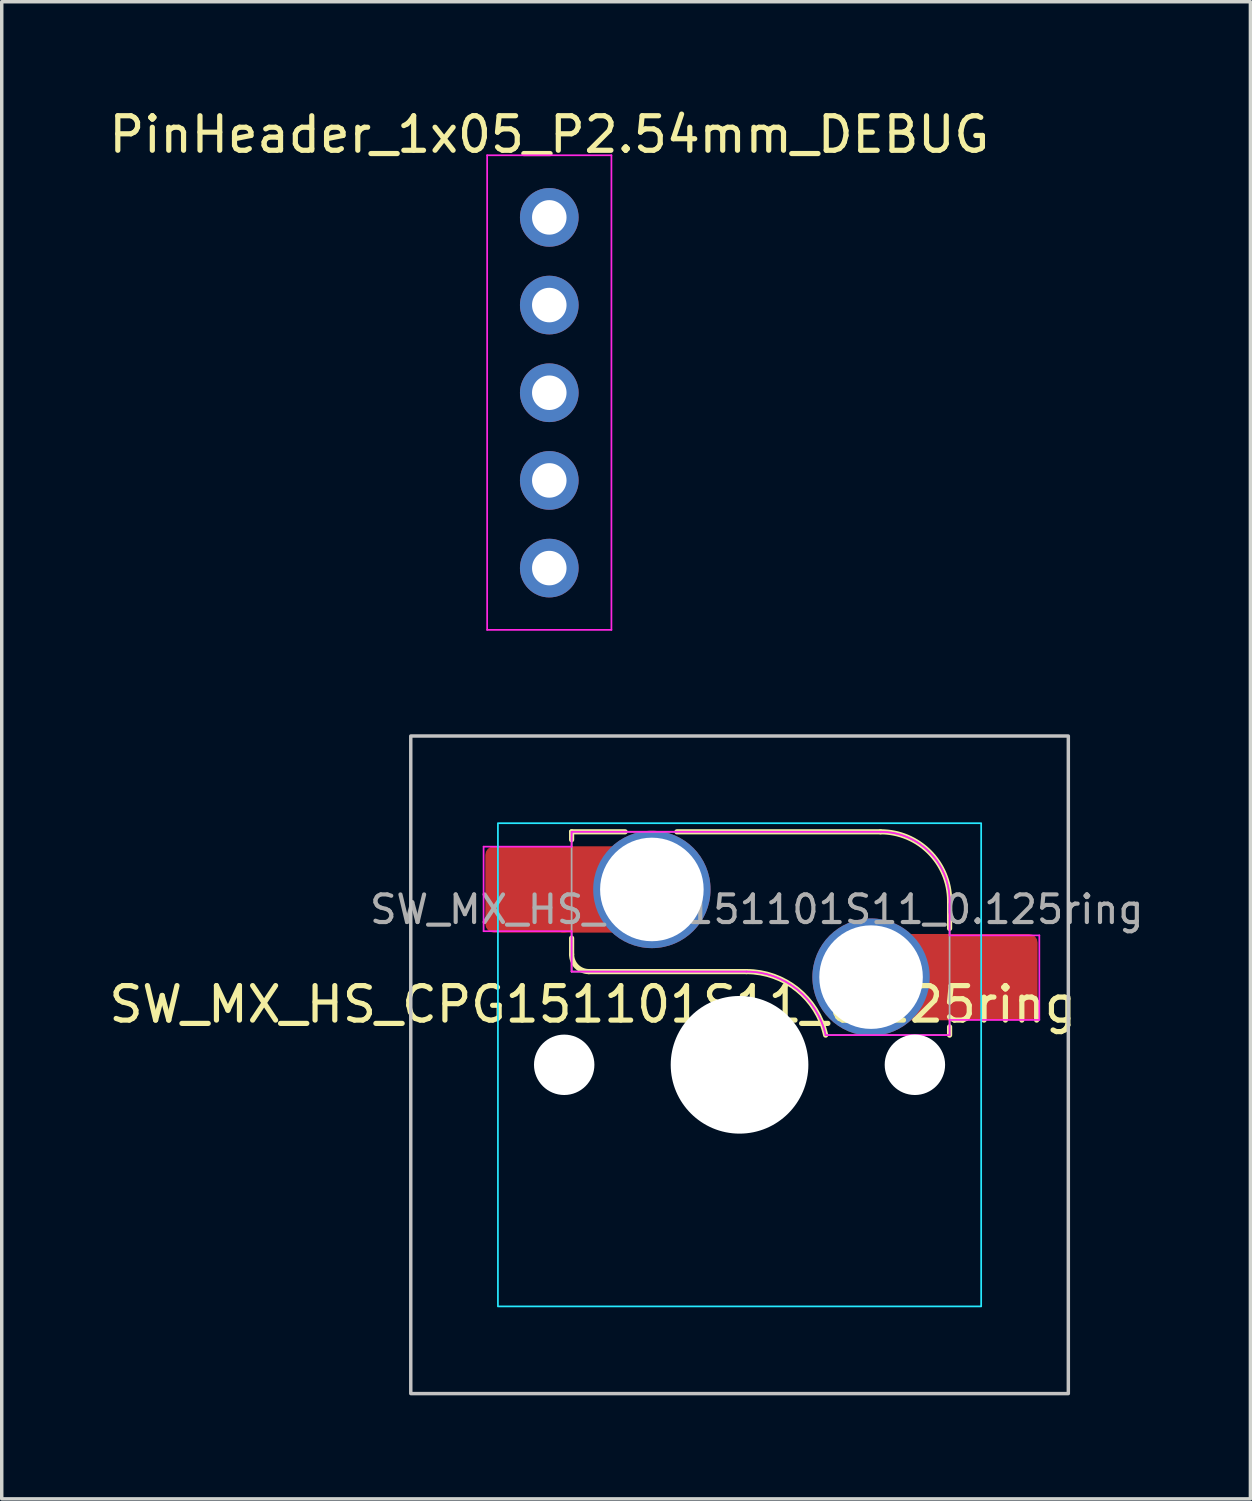
<source format=kicad_pcb>
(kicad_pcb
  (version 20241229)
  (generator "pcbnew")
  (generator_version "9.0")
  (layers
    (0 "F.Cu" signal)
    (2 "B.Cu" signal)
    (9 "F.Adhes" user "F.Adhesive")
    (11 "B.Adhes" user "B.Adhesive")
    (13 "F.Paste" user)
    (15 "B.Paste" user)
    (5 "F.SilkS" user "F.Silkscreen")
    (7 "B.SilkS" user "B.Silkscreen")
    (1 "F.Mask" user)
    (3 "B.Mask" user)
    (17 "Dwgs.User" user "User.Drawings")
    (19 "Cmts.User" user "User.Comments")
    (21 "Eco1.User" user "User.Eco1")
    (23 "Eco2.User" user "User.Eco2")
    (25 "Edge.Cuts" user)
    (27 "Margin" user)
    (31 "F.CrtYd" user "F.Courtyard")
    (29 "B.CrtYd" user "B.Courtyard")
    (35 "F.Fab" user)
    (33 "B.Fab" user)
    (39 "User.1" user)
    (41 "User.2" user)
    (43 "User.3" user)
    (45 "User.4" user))
  (footprint "PinHeader_1x05_P2.54mm_DEBUG"
    (layer "F.Cu")
    (at 12.863 3.248)
    (property "Reference" "PinHeader_1x05_P2.54mm_DEBUG" (at 0 -2.4 0) (layer "F.SilkS") (effects (font (size 1 1) (thickness 0.15))))
    (attr through_hole)
    (fp_line (start -1.8 -1.8) (end -1.8 11.95) (stroke (width 0.05) (type solid)) (layer "F.CrtYd"))
    (fp_line (start -1.8 11.95) (end 1.8 11.95) (stroke (width 0.05) (type solid)) (layer "F.CrtYd"))
    (fp_line (start 1.8 -1.8) (end -1.8 -1.8) (stroke (width 0.05) (type solid)) (layer "F.CrtYd"))
    (fp_line (start 1.8 11.95) (end 1.8 -1.8) (stroke (width 0.05) (type solid)) (layer "F.CrtYd"))
    (pad "1" thru_hole circle (at 0 0) (size 1.7 1.7) (drill 1) (layers "*.Cu" "*.Mask"))
    (pad "2" thru_hole oval (at 0 2.54) (size 1.7 1.7) (drill 1) (layers "*.Cu" "*.Mask"))
    (pad "3" thru_hole oval (at 0 5.08) (size 1.7 1.7) (drill 1) (layers "*.Cu" "*.Mask"))
    (pad "4" thru_hole oval (at 0 7.62) (size 1.7 1.7) (drill 1) (layers "*.Cu" "*.Mask"))
    (pad "5" thru_hole oval (at 0 10.16) (size 1.7 1.7) (drill 1) (layers "*.Cu" "*.Mask")))
  (footprint "SW_MX_HS_CPG151101S11_0.125ring"
    (layer "F.Cu")
    (at 18.375 27.798)
    (property "Reference" "SW_MX_HS_CPG151101S11_0.125ring" (at -4.25 -1.75 0) (layer "F.SilkS") (effects (font (size 1 1) (thickness 0.15))))
    (attr smd)
    (fp_line (start -4.865 -6.75) (end -4.865 -6.52) (stroke (width 0.15) (type solid)) (layer "F.SilkS"))
    (fp_line (start -4.865 -3.67) (end -4.865 -3.2) (stroke (width 0.15) (type solid)) (layer "F.SilkS"))
    (fp_line (start -4.365 -2.7) (end 0.2 -2.7) (stroke (width 0.15) (type solid)) (layer "F.SilkS"))
    (fp_line (start -3.315 -6.75) (end -4.865 -6.75) (stroke (width 0.15) (type solid)) (layer "F.SilkS"))
    (fp_line (start 4.085 -6.75) (end -1.815 -6.75) (stroke (width 0.15) (type solid)) (layer "F.SilkS"))
    (fp_line (start 6.085 -3.95) (end 6.085 -4.75) (stroke (width 0.15) (type solid)) (layer "F.SilkS"))
    (fp_line (start 6.085 -1.1) (end 6.085 -0.86) (stroke (width 0.15) (type solid)) (layer "F.SilkS"))
    (fp_arc (start -4.364824 -2.70022) (mid -4.718377 -2.846667) (end -4.864824 -3.20022) (stroke (width 0.15) (type solid)) (layer "F.SilkS"))
    (fp_arc (start 0.2 -2.70022) (mid 1.670693 -2.183637) (end 2.494322 -0.86022) (stroke (width 0.15) (type solid)) (layer "F.SilkS"))
    (fp_arc (start 4.085176 -6.75022) (mid 5.49939 -6.164434) (end 6.085176 -4.75022) (stroke (width 0.15) (type solid)) (layer "F.SilkS"))
    (fp_rect (start -9.525 -9.525) (end 9.525 9.525) (stroke (width 0.1) (type default)) (fill no) (layer "Dwgs.User"))
    (fp_line (start -7 -6.5) (end -7 6.5) (stroke (width 0.05) (type solid)) (layer "Eco2.User"))
    (fp_line (start -6.5 7) (end 6.5 7) (stroke (width 0.05) (type solid)) (layer "Eco2.User"))
    (fp_line (start 6.5 -7) (end -6.5 -7) (stroke (width 0.05) (type solid)) (layer "Eco2.User"))
    (fp_line (start 7 6.5) (end 7 -6.5) (stroke (width 0.05) (type solid)) (layer "Eco2.User"))
    (fp_arc (start -7 -6.5) (mid -6.853553 -6.853553) (end -6.5 -7) (stroke (width 0.05) (type solid)) (layer "Eco2.User"))
    (fp_arc (start -6.497236 6.998884) (mid -6.850789 6.852437) (end -6.997236 6.498884) (stroke (width 0.05) (type solid)) (layer "Eco2.User"))
    (fp_arc (start 6.5 -7) (mid 6.853553 -6.853553) (end 7 -6.5) (stroke (width 0.05) (type solid)) (layer "Eco2.User"))
    (fp_arc (start 7 6.5) (mid 6.853553 6.853553) (end 6.5 7) (stroke (width 0.05) (type solid)) (layer "Eco2.User"))
    (fp_rect (start -7 -7) (end 7 7) (stroke (width 0.05) (type default)) (fill no) (layer "B.CrtYd"))
    (fp_line (start -7.415 -6.32) (end -4.865 -6.32) (stroke (width 0.05) (type solid)) (layer "F.CrtYd"))
    (fp_line (start -7.415 -3.87) (end -7.415 -6.32) (stroke (width 0.05) (type solid)) (layer "F.CrtYd"))
    (fp_line (start -4.865 -6.75) (end -4.865 -6.32) (stroke (width 0.05) (type solid)) (layer "F.CrtYd"))
    (fp_line (start -4.865 -3.87) (end -7.415 -3.87) (stroke (width 0.05) (type solid)) (layer "F.CrtYd"))
    (fp_line (start -4.865 -3.87) (end -4.865 -2.7) (stroke (width 0.05) (type solid)) (layer "F.CrtYd"))
    (fp_line (start -4.865 -2.7) (end 0.2 -2.7) (stroke (width 0.05) (type solid)) (layer "F.CrtYd"))
    (fp_line (start 4.085 -6.75) (end -4.865 -6.75) (stroke (width 0.05) (type solid)) (layer "F.CrtYd"))
    (fp_line (start 6.085 -3.75) (end 6.085 -4.75) (stroke (width 0.05) (type solid)) (layer "F.CrtYd"))
    (fp_line (start 6.085 -3.75) (end 8.685 -3.75) (stroke (width 0.05) (type solid)) (layer "F.CrtYd"))
    (fp_line (start 6.085 -1.3) (end 6.085 -0.86) (stroke (width 0.05) (type solid)) (layer "F.CrtYd"))
    (fp_line (start 6.085 -0.86) (end 2.494 -0.86) (stroke (width 0.05) (type solid)) (layer "F.CrtYd"))
    (fp_line (start 8.685 -3.75) (end 8.685 -1.3) (stroke (width 0.05) (type solid)) (layer "F.CrtYd"))
    (fp_line (start 8.685 -1.3) (end 6.085 -1.3) (stroke (width 0.05) (type solid)) (layer "F.CrtYd"))
    (fp_arc (start 0.2 -2.70022) (mid 1.670503 -2.183399) (end 2.494322 -0.86022) (stroke (width 0.05) (type solid)) (layer "F.CrtYd"))
    (fp_arc (start 4.085176 -6.75022) (mid 5.49939 -6.164434) (end 6.085176 -4.75022) (stroke (width 0.05) (type solid)) (layer "F.CrtYd"))
    (fp_line (start -4.865 -6.75) (end -4.865 -2.7) (stroke (width 0.05) (type solid)) (layer "F.Fab"))
    (fp_line (start -4.865 -2.7) (end 0.2 -2.7) (stroke (width 0.05) (type solid)) (layer "F.Fab"))
    (fp_line (start 4.085 -6.75) (end -4.865 -6.75) (stroke (width 0.05) (type solid)) (layer "F.Fab"))
    (fp_line (start 6.085 -0.86) (end 2.494 -0.86) (stroke (width 0.05) (type solid)) (layer "F.Fab"))
    (fp_line (start 6.085 -0.86) (end 6.085 -4.75) (stroke (width 0.05) (type solid)) (layer "F.Fab"))
    (fp_arc (start 0.2 -2.70022) (mid 1.670503 -2.183399) (end 2.494322 -0.86022) (stroke (width 0.05) (type solid)) (layer "F.Fab"))
    (fp_arc (start 4.085176 -6.75022) (mid 5.49939 -6.164434) (end 6.085176 -4.75022) (stroke (width 0.05) (type solid)) (layer "F.Fab"))
    (fp_text user "${REFERENCE}" (at 0.5 -4.5 0) (layer "F.Fab") (effects (font (size 0.8 0.8) (thickness 0.12))))
    (pad "" np_thru_hole circle (at -5.08 0) (size 1.75 1.75) (drill 1.75) (layers "*.Cu" "*.Mask"))
    (pad "" np_thru_hole circle (at 0 0) (size 3.988 3.988) (drill 3.988) (layers "*.Cu" "*.Mask"))
    (pad "" np_thru_hole circle (at 5.08 0) (size 1.75 1.75) (drill 1.75) (layers "*.Cu" "*.Mask"))
    (pad "1" thru_hole circle (at 3.81 -2.54) (size 3.4 3.4) (drill 3) (layers "*.Cu" "*.Mask"))
    (pad "1" smd rect (at 5.635 -2.54 180) (size 1.65 2.5) (layers "F.Cu"))
    (pad "1" smd roundrect (at 7.36 -2.54) (size 2.55 2.5) (layers "F.Cu" "F.Mask" "F.Paste") (roundrect_rratio 0.1))
    (pad "2" smd roundrect (at -6.09 -5.08) (size 2.55 2.5) (layers "F.Cu" "F.Mask" "F.Paste") (roundrect_rratio 0.1))
    (pad "2" smd rect (at -4.34 -5.08) (size 1.65 2.5) (layers "F.Cu"))
    (pad "2" thru_hole circle (at -2.54 -5.08) (size 3.4 3.4) (drill 3) (layers "*.Cu" "*.Mask")))
  (gr_rect
    (start -3 -3)
    (end 33.175 40.373)
    (stroke (width 0.1) (type default))
    (fill no)
    (layer "Edge.Cuts")))
</source>
